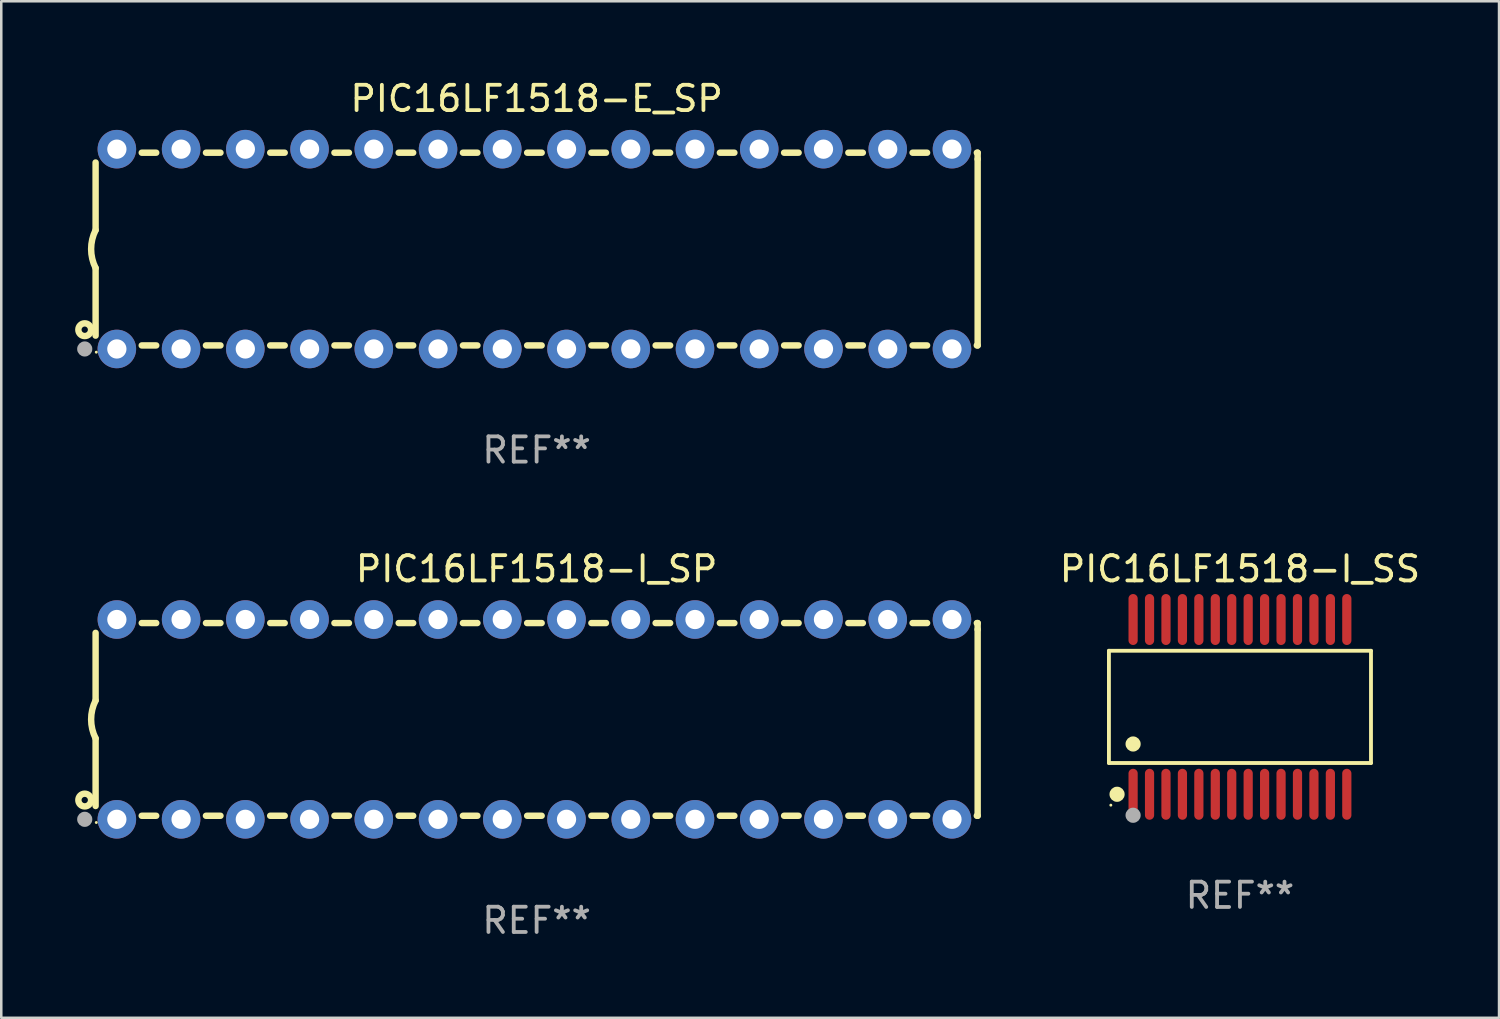
<source format=kicad_pcb>
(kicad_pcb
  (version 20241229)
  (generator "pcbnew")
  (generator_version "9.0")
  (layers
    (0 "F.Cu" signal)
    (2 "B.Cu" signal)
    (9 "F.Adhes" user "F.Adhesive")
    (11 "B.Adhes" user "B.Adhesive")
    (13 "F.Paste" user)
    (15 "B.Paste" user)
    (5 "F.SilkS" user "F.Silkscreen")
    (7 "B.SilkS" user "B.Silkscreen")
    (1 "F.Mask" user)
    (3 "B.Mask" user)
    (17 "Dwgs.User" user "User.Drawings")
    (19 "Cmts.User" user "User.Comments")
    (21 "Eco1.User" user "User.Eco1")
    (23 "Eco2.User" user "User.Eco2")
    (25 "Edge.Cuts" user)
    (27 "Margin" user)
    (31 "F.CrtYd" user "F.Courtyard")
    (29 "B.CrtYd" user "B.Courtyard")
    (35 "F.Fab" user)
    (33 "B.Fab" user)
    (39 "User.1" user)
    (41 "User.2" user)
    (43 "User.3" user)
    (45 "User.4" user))
  (footprint "PIC16LF1518-E_SP"
    (layer "F.Cu")
    (at 18.168 6.798)
    (property "Reference" "PIC16LF1518-E_SP" (at 0 -5.95 0) (layer "F.SilkS") (effects (font (size 1 1) (thickness 0.15))))
    (attr through_hole)
    (fp_line (start -17.438 0.75) (end -17.438 3.423) (stroke (width 0.254) (type solid)) (layer "F.SilkS"))
    (fp_line (start -17.438 -3.423) (end -17.438 -0.75) (stroke (width 0.254) (type solid)) (layer "F.SilkS"))
    (fp_line (start -15.615 3.81) (end -15.041 3.81) (stroke (width 0.254) (type solid)) (layer "F.SilkS"))
    (fp_line (start -15.041 -3.81) (end -15.614 -3.81) (stroke (width 0.254) (type solid)) (layer "F.SilkS"))
    (fp_line (start -13.075 3.81) (end -12.501 3.81) (stroke (width 0.254) (type solid)) (layer "F.SilkS"))
    (fp_line (start -12.501 -3.81) (end -13.074 -3.81) (stroke (width 0.254) (type solid)) (layer "F.SilkS"))
    (fp_line (start -10.535 3.81) (end -9.961 3.81) (stroke (width 0.254) (type solid)) (layer "F.SilkS"))
    (fp_line (start -9.961 -3.81) (end -10.534 -3.81) (stroke (width 0.254) (type solid)) (layer "F.SilkS"))
    (fp_line (start -7.995 3.81) (end -7.421 3.81) (stroke (width 0.254) (type solid)) (layer "F.SilkS"))
    (fp_line (start -7.421 -3.81) (end -7.995 -3.81) (stroke (width 0.254) (type solid)) (layer "F.SilkS"))
    (fp_line (start -5.455 3.81) (end -4.881 3.81) (stroke (width 0.254) (type solid)) (layer "F.SilkS"))
    (fp_line (start -4.881 -3.81) (end -5.455 -3.81) (stroke (width 0.254) (type solid)) (layer "F.SilkS"))
    (fp_line (start -2.915 3.81) (end -2.341 3.81) (stroke (width 0.254) (type solid)) (layer "F.SilkS"))
    (fp_line (start -2.341 -3.81) (end -2.915 -3.81) (stroke (width 0.254) (type solid)) (layer "F.SilkS"))
    (fp_line (start -0.375 3.81) (end 0.199 3.81) (stroke (width 0.254) (type solid)) (layer "F.SilkS"))
    (fp_line (start 0.199 -3.81) (end -0.375 -3.81) (stroke (width 0.254) (type solid)) (layer "F.SilkS"))
    (fp_line (start 2.165 3.81) (end 2.739 3.81) (stroke (width 0.254) (type solid)) (layer "F.SilkS"))
    (fp_line (start 2.739 -3.81) (end 2.165 -3.81) (stroke (width 0.254) (type solid)) (layer "F.SilkS"))
    (fp_line (start 4.705 3.81) (end 5.279 3.81) (stroke (width 0.254) (type solid)) (layer "F.SilkS"))
    (fp_line (start 5.279 -3.81) (end 4.705 -3.81) (stroke (width 0.254) (type solid)) (layer "F.SilkS"))
    (fp_line (start 7.245 3.81) (end 7.819 3.81) (stroke (width 0.254) (type solid)) (layer "F.SilkS"))
    (fp_line (start 7.819 -3.81) (end 7.245 -3.81) (stroke (width 0.254) (type solid)) (layer "F.SilkS"))
    (fp_line (start 9.785 3.81) (end 10.359 3.81) (stroke (width 0.254) (type solid)) (layer "F.SilkS"))
    (fp_line (start 10.359 -3.81) (end 9.785 -3.81) (stroke (width 0.254) (type solid)) (layer "F.SilkS"))
    (fp_line (start 12.325 3.81) (end 12.899 3.81) (stroke (width 0.254) (type solid)) (layer "F.SilkS"))
    (fp_line (start 12.899 -3.81) (end 12.325 -3.81) (stroke (width 0.254) (type solid)) (layer "F.SilkS"))
    (fp_line (start 14.865 3.81) (end 15.439 3.81) (stroke (width 0.254) (type solid)) (layer "F.SilkS"))
    (fp_line (start 15.439 -3.81) (end 14.865 -3.81) (stroke (width 0.254) (type solid)) (layer "F.SilkS"))
    (fp_line (start 17.405 3.81) (end 17.438 3.81) (stroke (width 0.254) (type solid)) (layer "F.SilkS"))
    (fp_line (start 17.438 -3.81) (end 17.405 -3.81) (stroke (width 0.254) (type solid)) (layer "F.SilkS"))
    (fp_line (start 17.438 -3.556) (end 17.438 -3.81) (stroke (width 0.254) (type solid)) (layer "F.SilkS"))
    (fp_line (start 17.438 3.81) (end 17.438 -3.556) (stroke (width 0.254) (type solid)) (layer "F.SilkS"))
    (fp_arc (start -17.437986 0.749657) (mid -17.614887 -0.000024) (end -17.437783 -0.749657) (stroke (width 0.254001) (type solid)) (layer "F.SilkS"))
    (fp_circle (center -17.868 3.188) (end -17.743 3.188) (stroke (width 0.254) (type solid)) (fill no) (layer "F.SilkS"))
    (fp_circle (center -17.411 4.077) (end -17.381 4.077) (stroke (width 0.06) (type solid)) (fill no) (layer "F.SilkS"))
    (fp_circle (center -17.868 3.95) (end -17.718 3.95) (stroke (width 0.3) (type solid)) (fill no) (layer "F.Fab"))
    (fp_text user "REF**" (at 0 7.95 0) (layer "F.Fab") (effects (font (size 1 1) (thickness 0.15))))
    (pad "1" thru_hole circle (at -16.598 3.95) (size 1.524 1.524) (drill 0.762) (layers "*.Cu" "*.Mask"))
    (pad "2" thru_hole circle (at -14.058 3.95) (size 1.524 1.524) (drill 0.762) (layers "*.Cu" "*.Mask"))
    (pad "3" thru_hole circle (at -11.518 3.95) (size 1.524 1.524) (drill 0.762) (layers "*.Cu" "*.Mask"))
    (pad "4" thru_hole circle (at -8.978 3.95) (size 1.524 1.524) (drill 0.762) (layers "*.Cu" "*.Mask"))
    (pad "5" thru_hole circle (at -6.438 3.95) (size 1.524 1.524) (drill 0.762) (layers "*.Cu" "*.Mask"))
    (pad "6" thru_hole circle (at -3.898 3.95) (size 1.524 1.524) (drill 0.762) (layers "*.Cu" "*.Mask"))
    (pad "7" thru_hole circle (at -1.358 3.95) (size 1.524 1.524) (drill 0.762) (layers "*.Cu" "*.Mask"))
    (pad "8" thru_hole circle (at 1.182 3.95) (size 1.524 1.524) (drill 0.762) (layers "*.Cu" "*.Mask"))
    (pad "9" thru_hole circle (at 3.722 3.95) (size 1.524 1.524) (drill 0.762) (layers "*.Cu" "*.Mask"))
    (pad "10" thru_hole circle (at 6.262 3.95) (size 1.524 1.524) (drill 0.762) (layers "*.Cu" "*.Mask"))
    (pad "11" thru_hole circle (at 8.802 3.95) (size 1.524 1.524) (drill 0.762) (layers "*.Cu" "*.Mask"))
    (pad "12" thru_hole circle (at 11.342 3.95) (size 1.524 1.524) (drill 0.762) (layers "*.Cu" "*.Mask"))
    (pad "13" thru_hole circle (at 13.882 3.95) (size 1.524 1.524) (drill 0.762) (layers "*.Cu" "*.Mask"))
    (pad "14" thru_hole circle (at 16.422 3.95) (size 1.524 1.524) (drill 0.762) (layers "*.Cu" "*.Mask"))
    (pad "15" thru_hole circle (at 16.422 -3.95) (size 1.524 1.524) (drill 0.762) (layers "*.Cu" "*.Mask"))
    (pad "16" thru_hole circle (at 13.882 -3.95) (size 1.524 1.524) (drill 0.762) (layers "*.Cu" "*.Mask"))
    (pad "17" thru_hole circle (at 11.342 -3.95) (size 1.524 1.524) (drill 0.762) (layers "*.Cu" "*.Mask"))
    (pad "18" thru_hole circle (at 8.802 -3.95) (size 1.524 1.524) (drill 0.762) (layers "*.Cu" "*.Mask"))
    (pad "19" thru_hole circle (at 6.262 -3.95) (size 1.524 1.524) (drill 0.762) (layers "*.Cu" "*.Mask"))
    (pad "20" thru_hole circle (at 3.722 -3.95) (size 1.524 1.524) (drill 0.762) (layers "*.Cu" "*.Mask"))
    (pad "21" thru_hole circle (at 1.182 -3.95) (size 1.524 1.524) (drill 0.762) (layers "*.Cu" "*.Mask"))
    (pad "22" thru_hole circle (at -1.358 -3.95) (size 1.524 1.524) (drill 0.762) (layers "*.Cu" "*.Mask"))
    (pad "23" thru_hole circle (at -3.898 -3.95) (size 1.524 1.524) (drill 0.762) (layers "*.Cu" "*.Mask"))
    (pad "24" thru_hole circle (at -6.438 -3.95) (size 1.524 1.524) (drill 0.762) (layers "*.Cu" "*.Mask"))
    (pad "25" thru_hole circle (at -8.978 -3.95) (size 1.524 1.524) (drill 0.762) (layers "*.Cu" "*.Mask"))
    (pad "26" thru_hole circle (at -11.517 -3.95) (size 1.524 1.524) (drill 0.762) (layers "*.Cu" "*.Mask"))
    (pad "27" thru_hole circle (at -14.057 -3.95) (size 1.524 1.524) (drill 0.762) (layers "*.Cu" "*.Mask"))
    (pad "28" thru_hole circle (at -16.597 -3.95) (size 1.524 1.524) (drill 0.762) (layers "*.Cu" "*.Mask")))
  (footprint "PIC16LF1518-I_SP"
    (layer "F.Cu")
    (at 18.168 25.395)
    (property "Reference" "PIC16LF1518-I_SP" (at 0 -5.95 0) (layer "F.SilkS") (effects (font (size 1 1) (thickness 0.15))))
    (attr through_hole)
    (fp_line (start -17.438 0.75) (end -17.438 3.423) (stroke (width 0.254) (type solid)) (layer "F.SilkS"))
    (fp_line (start -17.438 -3.423) (end -17.438 -0.75) (stroke (width 0.254) (type solid)) (layer "F.SilkS"))
    (fp_line (start -15.615 3.81) (end -15.041 3.81) (stroke (width 0.254) (type solid)) (layer "F.SilkS"))
    (fp_line (start -15.041 -3.81) (end -15.614 -3.81) (stroke (width 0.254) (type solid)) (layer "F.SilkS"))
    (fp_line (start -13.075 3.81) (end -12.501 3.81) (stroke (width 0.254) (type solid)) (layer "F.SilkS"))
    (fp_line (start -12.501 -3.81) (end -13.074 -3.81) (stroke (width 0.254) (type solid)) (layer "F.SilkS"))
    (fp_line (start -10.535 3.81) (end -9.961 3.81) (stroke (width 0.254) (type solid)) (layer "F.SilkS"))
    (fp_line (start -9.961 -3.81) (end -10.534 -3.81) (stroke (width 0.254) (type solid)) (layer "F.SilkS"))
    (fp_line (start -7.995 3.81) (end -7.421 3.81) (stroke (width 0.254) (type solid)) (layer "F.SilkS"))
    (fp_line (start -7.421 -3.81) (end -7.995 -3.81) (stroke (width 0.254) (type solid)) (layer "F.SilkS"))
    (fp_line (start -5.455 3.81) (end -4.881 3.81) (stroke (width 0.254) (type solid)) (layer "F.SilkS"))
    (fp_line (start -4.881 -3.81) (end -5.455 -3.81) (stroke (width 0.254) (type solid)) (layer "F.SilkS"))
    (fp_line (start -2.915 3.81) (end -2.341 3.81) (stroke (width 0.254) (type solid)) (layer "F.SilkS"))
    (fp_line (start -2.341 -3.81) (end -2.915 -3.81) (stroke (width 0.254) (type solid)) (layer "F.SilkS"))
    (fp_line (start -0.375 3.81) (end 0.199 3.81) (stroke (width 0.254) (type solid)) (layer "F.SilkS"))
    (fp_line (start 0.199 -3.81) (end -0.375 -3.81) (stroke (width 0.254) (type solid)) (layer "F.SilkS"))
    (fp_line (start 2.165 3.81) (end 2.739 3.81) (stroke (width 0.254) (type solid)) (layer "F.SilkS"))
    (fp_line (start 2.739 -3.81) (end 2.165 -3.81) (stroke (width 0.254) (type solid)) (layer "F.SilkS"))
    (fp_line (start 4.705 3.81) (end 5.279 3.81) (stroke (width 0.254) (type solid)) (layer "F.SilkS"))
    (fp_line (start 5.279 -3.81) (end 4.705 -3.81) (stroke (width 0.254) (type solid)) (layer "F.SilkS"))
    (fp_line (start 7.245 3.81) (end 7.819 3.81) (stroke (width 0.254) (type solid)) (layer "F.SilkS"))
    (fp_line (start 7.819 -3.81) (end 7.245 -3.81) (stroke (width 0.254) (type solid)) (layer "F.SilkS"))
    (fp_line (start 9.785 3.81) (end 10.359 3.81) (stroke (width 0.254) (type solid)) (layer "F.SilkS"))
    (fp_line (start 10.359 -3.81) (end 9.785 -3.81) (stroke (width 0.254) (type solid)) (layer "F.SilkS"))
    (fp_line (start 12.325 3.81) (end 12.899 3.81) (stroke (width 0.254) (type solid)) (layer "F.SilkS"))
    (fp_line (start 12.899 -3.81) (end 12.325 -3.81) (stroke (width 0.254) (type solid)) (layer "F.SilkS"))
    (fp_line (start 14.865 3.81) (end 15.439 3.81) (stroke (width 0.254) (type solid)) (layer "F.SilkS"))
    (fp_line (start 15.439 -3.81) (end 14.865 -3.81) (stroke (width 0.254) (type solid)) (layer "F.SilkS"))
    (fp_line (start 17.405 3.81) (end 17.438 3.81) (stroke (width 0.254) (type solid)) (layer "F.SilkS"))
    (fp_line (start 17.438 -3.81) (end 17.405 -3.81) (stroke (width 0.254) (type solid)) (layer "F.SilkS"))
    (fp_line (start 17.438 -3.556) (end 17.438 -3.81) (stroke (width 0.254) (type solid)) (layer "F.SilkS"))
    (fp_line (start 17.438 3.81) (end 17.438 -3.556) (stroke (width 0.254) (type solid)) (layer "F.SilkS"))
    (fp_arc (start -17.437986 0.749657) (mid -17.614887 -0.000024) (end -17.437783 -0.749657) (stroke (width 0.254001) (type solid)) (layer "F.SilkS"))
    (fp_circle (center -17.868 3.188) (end -17.743 3.188) (stroke (width 0.254) (type solid)) (fill no) (layer "F.SilkS"))
    (fp_circle (center -17.411 4.077) (end -17.381 4.077) (stroke (width 0.06) (type solid)) (fill no) (layer "F.SilkS"))
    (fp_circle (center -17.868 3.95) (end -17.718 3.95) (stroke (width 0.3) (type solid)) (fill no) (layer "F.Fab"))
    (fp_text user "REF**" (at 0 7.95 0) (layer "F.Fab") (effects (font (size 1 1) (thickness 0.15))))
    (pad "1" thru_hole circle (at -16.598 3.95) (size 1.524 1.524) (drill 0.762) (layers "*.Cu" "*.Mask"))
    (pad "2" thru_hole circle (at -14.058 3.95) (size 1.524 1.524) (drill 0.762) (layers "*.Cu" "*.Mask"))
    (pad "3" thru_hole circle (at -11.518 3.95) (size 1.524 1.524) (drill 0.762) (layers "*.Cu" "*.Mask"))
    (pad "4" thru_hole circle (at -8.978 3.95) (size 1.524 1.524) (drill 0.762) (layers "*.Cu" "*.Mask"))
    (pad "5" thru_hole circle (at -6.438 3.95) (size 1.524 1.524) (drill 0.762) (layers "*.Cu" "*.Mask"))
    (pad "6" thru_hole circle (at -3.898 3.95) (size 1.524 1.524) (drill 0.762) (layers "*.Cu" "*.Mask"))
    (pad "7" thru_hole circle (at -1.358 3.95) (size 1.524 1.524) (drill 0.762) (layers "*.Cu" "*.Mask"))
    (pad "8" thru_hole circle (at 1.182 3.95) (size 1.524 1.524) (drill 0.762) (layers "*.Cu" "*.Mask"))
    (pad "9" thru_hole circle (at 3.722 3.95) (size 1.524 1.524) (drill 0.762) (layers "*.Cu" "*.Mask"))
    (pad "10" thru_hole circle (at 6.262 3.95) (size 1.524 1.524) (drill 0.762) (layers "*.Cu" "*.Mask"))
    (pad "11" thru_hole circle (at 8.802 3.95) (size 1.524 1.524) (drill 0.762) (layers "*.Cu" "*.Mask"))
    (pad "12" thru_hole circle (at 11.342 3.95) (size 1.524 1.524) (drill 0.762) (layers "*.Cu" "*.Mask"))
    (pad "13" thru_hole circle (at 13.882 3.95) (size 1.524 1.524) (drill 0.762) (layers "*.Cu" "*.Mask"))
    (pad "14" thru_hole circle (at 16.422 3.95) (size 1.524 1.524) (drill 0.762) (layers "*.Cu" "*.Mask"))
    (pad "15" thru_hole circle (at 16.422 -3.95) (size 1.524 1.524) (drill 0.762) (layers "*.Cu" "*.Mask"))
    (pad "16" thru_hole circle (at 13.882 -3.95) (size 1.524 1.524) (drill 0.762) (layers "*.Cu" "*.Mask"))
    (pad "17" thru_hole circle (at 11.342 -3.95) (size 1.524 1.524) (drill 0.762) (layers "*.Cu" "*.Mask"))
    (pad "18" thru_hole circle (at 8.802 -3.95) (size 1.524 1.524) (drill 0.762) (layers "*.Cu" "*.Mask"))
    (pad "19" thru_hole circle (at 6.262 -3.95) (size 1.524 1.524) (drill 0.762) (layers "*.Cu" "*.Mask"))
    (pad "20" thru_hole circle (at 3.722 -3.95) (size 1.524 1.524) (drill 0.762) (layers "*.Cu" "*.Mask"))
    (pad "21" thru_hole circle (at 1.182 -3.95) (size 1.524 1.524) (drill 0.762) (layers "*.Cu" "*.Mask"))
    (pad "22" thru_hole circle (at -1.358 -3.95) (size 1.524 1.524) (drill 0.762) (layers "*.Cu" "*.Mask"))
    (pad "23" thru_hole circle (at -3.898 -3.95) (size 1.524 1.524) (drill 0.762) (layers "*.Cu" "*.Mask"))
    (pad "24" thru_hole circle (at -6.438 -3.95) (size 1.524 1.524) (drill 0.762) (layers "*.Cu" "*.Mask"))
    (pad "25" thru_hole circle (at -8.978 -3.95) (size 1.524 1.524) (drill 0.762) (layers "*.Cu" "*.Mask"))
    (pad "26" thru_hole circle (at -11.517 -3.95) (size 1.524 1.524) (drill 0.762) (layers "*.Cu" "*.Mask"))
    (pad "27" thru_hole circle (at -14.057 -3.95) (size 1.524 1.524) (drill 0.762) (layers "*.Cu" "*.Mask"))
    (pad "28" thru_hole circle (at -16.597 -3.95) (size 1.524 1.524) (drill 0.762) (layers "*.Cu" "*.Mask")))
  (footprint "PIC16LF1518-I_SS"
    (layer "F.Cu")
    (at 45.977 24.9)
    (property "Reference" "PIC16LF1518-I_SS" (at 0 -5.455 0) (layer "F.SilkS") (effects (font (size 1 1) (thickness 0.15))))
    (attr through_hole)
    (fp_line (start -5.181 -2.219) (end 5.181 -2.219) (stroke (width 0.152) (type solid)) (layer "F.SilkS"))
    (fp_line (start -5.181 2.219) (end -5.181 -2.219) (stroke (width 0.152) (type solid)) (layer "F.SilkS"))
    (fp_line (start 5.181 -2.219) (end 5.181 2.219) (stroke (width 0.152) (type solid)) (layer "F.SilkS"))
    (fp_line (start 5.181 2.219) (end -5.181 2.219) (stroke (width 0.152) (type solid)) (layer "F.SilkS"))
    (fp_circle (center -5.105 3.885) (end -5.075 3.885) (stroke (width 0.06) (type solid)) (fill no) (layer "F.SilkS"))
    (fp_circle (center -4.859 3.455) (end -4.709 3.455) (stroke (width 0.3) (type solid)) (fill no) (layer "F.SilkS"))
    (fp_circle (center -4.225 1.467) (end -4.075 1.467) (stroke (width 0.3) (type solid)) (fill no) (layer "F.SilkS"))
    (fp_circle (center -4.225 4.285) (end -4.075 4.285) (stroke (width 0.3) (type solid)) (fill no) (layer "F.Fab"))
    (fp_text user "REF**" (at 0 7.455 0) (layer "F.Fab") (effects (font (size 1 1) (thickness 0.15))))
    (pad "1" smd oval (at -4.225 3.455) (size 0.364 2.015) (layers "F.Cu" "F.Mask" "F.Paste"))
    (pad "2" smd oval (at -3.575 3.455) (size 0.364 2.015) (layers "F.Cu" "F.Mask" "F.Paste"))
    (pad "3" smd oval (at -2.925 3.455) (size 0.364 2.015) (layers "F.Cu" "F.Mask" "F.Paste"))
    (pad "4" smd oval (at -2.275 3.455) (size 0.364 2.015) (layers "F.Cu" "F.Mask" "F.Paste"))
    (pad "5" smd oval (at -1.625 3.455) (size 0.364 2.015) (layers "F.Cu" "F.Mask" "F.Paste"))
    (pad "6" smd oval (at -0.975 3.455) (size 0.364 2.015) (layers "F.Cu" "F.Mask" "F.Paste"))
    (pad "7" smd oval (at -0.325 3.455) (size 0.364 2.015) (layers "F.Cu" "F.Mask" "F.Paste"))
    (pad "8" smd oval (at 0.325 3.455) (size 0.364 2.015) (layers "F.Cu" "F.Mask" "F.Paste"))
    (pad "9" smd oval (at 0.975 3.455) (size 0.364 2.015) (layers "F.Cu" "F.Mask" "F.Paste"))
    (pad "10" smd oval (at 1.625 3.455) (size 0.364 2.015) (layers "F.Cu" "F.Mask" "F.Paste"))
    (pad "11" smd oval (at 2.275 3.455) (size 0.364 2.015) (layers "F.Cu" "F.Mask" "F.Paste"))
    (pad "12" smd oval (at 2.925 3.455) (size 0.364 2.015) (layers "F.Cu" "F.Mask" "F.Paste"))
    (pad "13" smd oval (at 3.575 3.455) (size 0.364 2.015) (layers "F.Cu" "F.Mask" "F.Paste"))
    (pad "14" smd oval (at 4.225 3.455) (size 0.364 2.015) (layers "F.Cu" "F.Mask" "F.Paste"))
    (pad "15" smd oval (at 4.225 -3.455) (size 0.364 2.015) (layers "F.Cu" "F.Mask" "F.Paste"))
    (pad "16" smd oval (at 3.575 -3.455) (size 0.364 2.015) (layers "F.Cu" "F.Mask" "F.Paste"))
    (pad "17" smd oval (at 2.925 -3.455) (size 0.364 2.015) (layers "F.Cu" "F.Mask" "F.Paste"))
    (pad "18" smd oval (at 2.275 -3.455) (size 0.364 2.015) (layers "F.Cu" "F.Mask" "F.Paste"))
    (pad "19" smd oval (at 1.625 -3.455) (size 0.364 2.015) (layers "F.Cu" "F.Mask" "F.Paste"))
    (pad "20" smd oval (at 0.975 -3.455) (size 0.364 2.015) (layers "F.Cu" "F.Mask" "F.Paste"))
    (pad "21" smd oval (at 0.325 -3.455) (size 0.364 2.015) (layers "F.Cu" "F.Mask" "F.Paste"))
    (pad "22" smd oval (at -0.325 -3.455) (size 0.364 2.015) (layers "F.Cu" "F.Mask" "F.Paste"))
    (pad "23" smd oval (at -0.975 -3.455) (size 0.364 2.015) (layers "F.Cu" "F.Mask" "F.Paste"))
    (pad "24" smd oval (at -1.625 -3.455) (size 0.364 2.015) (layers "F.Cu" "F.Mask" "F.Paste"))
    (pad "25" smd oval (at -2.275 -3.455) (size 0.364 2.015) (layers "F.Cu" "F.Mask" "F.Paste"))
    (pad "26" smd oval (at -2.925 -3.455) (size 0.364 2.015) (layers "F.Cu" "F.Mask" "F.Paste"))
    (pad "27" smd oval (at -3.575 -3.455) (size 0.364 2.015) (layers "F.Cu" "F.Mask" "F.Paste"))
    (pad "28" smd oval (at -4.225 -3.455) (size 0.364 2.015) (layers "F.Cu" "F.Mask" "F.Paste")))
  (gr_rect
    (start -3 -3)
    (end 56.221 37.193)
    (stroke (width 0.1) (type default))
    (fill no)
    (layer "Edge.Cuts")))
</source>
